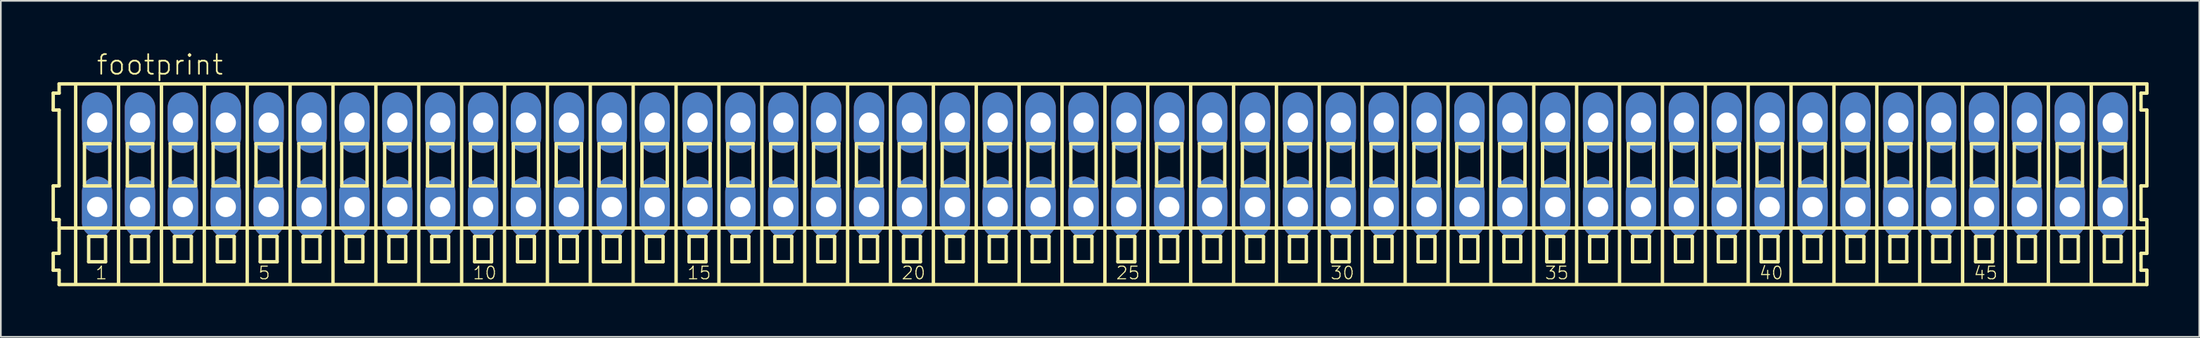
<source format=kicad_pcb>
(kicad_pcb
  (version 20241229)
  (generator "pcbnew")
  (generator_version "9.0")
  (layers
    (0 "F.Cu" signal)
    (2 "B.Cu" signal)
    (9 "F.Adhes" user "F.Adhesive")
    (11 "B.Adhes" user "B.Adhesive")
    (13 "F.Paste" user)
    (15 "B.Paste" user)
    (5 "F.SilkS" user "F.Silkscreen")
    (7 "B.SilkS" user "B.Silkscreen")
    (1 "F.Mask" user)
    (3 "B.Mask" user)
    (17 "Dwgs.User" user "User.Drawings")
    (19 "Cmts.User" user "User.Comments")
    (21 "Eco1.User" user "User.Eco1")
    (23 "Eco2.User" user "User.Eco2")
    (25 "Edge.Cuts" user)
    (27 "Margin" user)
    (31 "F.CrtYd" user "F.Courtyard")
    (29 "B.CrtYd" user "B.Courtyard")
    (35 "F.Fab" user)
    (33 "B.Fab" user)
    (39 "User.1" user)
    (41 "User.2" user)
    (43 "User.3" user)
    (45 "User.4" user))
  (footprint "footprint"
    (layer "F.Cu")
    (at 62.392 6.723)
    (property "Reference" "footprint" (at -59.79 -5.25 0) (layer "F.SilkS") (effects (font (size 1.168 1.168) (thickness 0.102)) (justify left bottom)))
    (fp_line (start -62.29 -4.25) (end -62.29 -3.25) (stroke (width 0.203) (type solid)) (layer "F.SilkS"))
    (fp_line (start -62.29 -3.25) (end -61.94 -3.25) (stroke (width 0.203) (type solid)) (layer "F.SilkS"))
    (fp_line (start -62.29 1.25) (end -62.29 3.25) (stroke (width 0.203) (type solid)) (layer "F.SilkS"))
    (fp_line (start -62.29 3.25) (end -61.94 3.25) (stroke (width 0.203) (type solid)) (layer "F.SilkS"))
    (fp_line (start -62.29 5.25) (end -62.29 6.25) (stroke (width 0.203) (type solid)) (layer "F.SilkS"))
    (fp_line (start -62.29 6.25) (end -61.94 6.25) (stroke (width 0.203) (type solid)) (layer "F.SilkS"))
    (fp_line (start -61.94 -4.8) (end -61.94 -4.25) (stroke (width 0.203) (type solid)) (layer "F.SilkS"))
    (fp_line (start -61.94 -4.25) (end -62.29 -4.25) (stroke (width 0.203) (type solid)) (layer "F.SilkS"))
    (fp_line (start -61.94 -3.25) (end -61.94 1.25) (stroke (width 0.203) (type solid)) (layer "F.SilkS"))
    (fp_line (start -61.94 1.25) (end -62.29 1.25) (stroke (width 0.203) (type solid)) (layer "F.SilkS"))
    (fp_line (start -61.94 3.25) (end -61.94 5.25) (stroke (width 0.203) (type solid)) (layer "F.SilkS"))
    (fp_line (start -61.94 3.75) (end 61.715 3.75) (stroke (width 0.203) (type solid)) (layer "F.SilkS"))
    (fp_line (start -61.94 5.25) (end -62.29 5.25) (stroke (width 0.203) (type solid)) (layer "F.SilkS"))
    (fp_line (start -61.94 6.25) (end -61.94 7.1) (stroke (width 0.203) (type solid)) (layer "F.SilkS"))
    (fp_line (start -61.94 7.1) (end 61.715 7.1) (stroke (width 0.203) (type solid)) (layer "F.SilkS"))
    (fp_line (start -60.96 6.985) (end -60.96 -4.699) (stroke (width 0.203) (type solid)) (layer "F.SilkS"))
    (fp_line (start -60.44 -1.25) (end -60.44 1.25) (stroke (width 0.203) (type solid)) (layer "F.SilkS"))
    (fp_line (start -60.44 1.25) (end -58.94 1.25) (stroke (width 0.203) (type solid)) (layer "F.SilkS"))
    (fp_line (start -60.19 4.25) (end -60.19 5.75) (stroke (width 0.203) (type solid)) (layer "F.SilkS"))
    (fp_line (start -60.19 5.75) (end -59.19 5.75) (stroke (width 0.203) (type solid)) (layer "F.SilkS"))
    (fp_line (start -59.19 4.25) (end -60.19 4.25) (stroke (width 0.203) (type solid)) (layer "F.SilkS"))
    (fp_line (start -59.19 5.75) (end -59.19 4.25) (stroke (width 0.203) (type solid)) (layer "F.SilkS"))
    (fp_line (start -58.94 -1.25) (end -60.44 -1.25) (stroke (width 0.203) (type solid)) (layer "F.SilkS"))
    (fp_line (start -58.94 1.25) (end -58.94 -1.25) (stroke (width 0.203) (type solid)) (layer "F.SilkS"))
    (fp_line (start -58.42 6.985) (end -58.42 -4.699) (stroke (width 0.203) (type solid)) (layer "F.SilkS"))
    (fp_line (start -57.9 -1.25) (end -57.9 1.25) (stroke (width 0.203) (type solid)) (layer "F.SilkS"))
    (fp_line (start -57.9 1.25) (end -56.4 1.25) (stroke (width 0.203) (type solid)) (layer "F.SilkS"))
    (fp_line (start -57.65 4.25) (end -57.65 5.75) (stroke (width 0.203) (type solid)) (layer "F.SilkS"))
    (fp_line (start -57.65 5.75) (end -56.65 5.75) (stroke (width 0.203) (type solid)) (layer "F.SilkS"))
    (fp_line (start -56.65 4.25) (end -57.65 4.25) (stroke (width 0.203) (type solid)) (layer "F.SilkS"))
    (fp_line (start -56.65 5.75) (end -56.65 4.25) (stroke (width 0.203) (type solid)) (layer "F.SilkS"))
    (fp_line (start -56.4 -1.25) (end -57.9 -1.25) (stroke (width 0.203) (type solid)) (layer "F.SilkS"))
    (fp_line (start -56.4 1.25) (end -56.4 -1.25) (stroke (width 0.203) (type solid)) (layer "F.SilkS"))
    (fp_line (start -55.88 6.985) (end -55.88 -4.699) (stroke (width 0.203) (type solid)) (layer "F.SilkS"))
    (fp_line (start -55.36 -1.25) (end -55.36 1.25) (stroke (width 0.203) (type solid)) (layer "F.SilkS"))
    (fp_line (start -55.36 1.25) (end -53.86 1.25) (stroke (width 0.203) (type solid)) (layer "F.SilkS"))
    (fp_line (start -55.11 4.25) (end -55.11 5.75) (stroke (width 0.203) (type solid)) (layer "F.SilkS"))
    (fp_line (start -55.11 5.75) (end -54.11 5.75) (stroke (width 0.203) (type solid)) (layer "F.SilkS"))
    (fp_line (start -54.11 4.25) (end -55.11 4.25) (stroke (width 0.203) (type solid)) (layer "F.SilkS"))
    (fp_line (start -54.11 5.75) (end -54.11 4.25) (stroke (width 0.203) (type solid)) (layer "F.SilkS"))
    (fp_line (start -53.86 -1.25) (end -55.36 -1.25) (stroke (width 0.203) (type solid)) (layer "F.SilkS"))
    (fp_line (start -53.86 1.25) (end -53.86 -1.25) (stroke (width 0.203) (type solid)) (layer "F.SilkS"))
    (fp_line (start -53.34 6.985) (end -53.34 -4.699) (stroke (width 0.203) (type solid)) (layer "F.SilkS"))
    (fp_line (start -52.82 -1.25) (end -52.82 1.25) (stroke (width 0.203) (type solid)) (layer "F.SilkS"))
    (fp_line (start -52.82 1.25) (end -51.32 1.25) (stroke (width 0.203) (type solid)) (layer "F.SilkS"))
    (fp_line (start -52.57 4.25) (end -52.57 5.75) (stroke (width 0.203) (type solid)) (layer "F.SilkS"))
    (fp_line (start -52.57 5.75) (end -51.57 5.75) (stroke (width 0.203) (type solid)) (layer "F.SilkS"))
    (fp_line (start -51.57 4.25) (end -52.57 4.25) (stroke (width 0.203) (type solid)) (layer "F.SilkS"))
    (fp_line (start -51.57 5.75) (end -51.57 4.25) (stroke (width 0.203) (type solid)) (layer "F.SilkS"))
    (fp_line (start -51.32 -1.25) (end -52.82 -1.25) (stroke (width 0.203) (type solid)) (layer "F.SilkS"))
    (fp_line (start -51.32 1.25) (end -51.32 -1.25) (stroke (width 0.203) (type solid)) (layer "F.SilkS"))
    (fp_line (start -50.8 6.985) (end -50.8 -4.699) (stroke (width 0.203) (type solid)) (layer "F.SilkS"))
    (fp_line (start -50.28 -1.25) (end -50.28 1.25) (stroke (width 0.203) (type solid)) (layer "F.SilkS"))
    (fp_line (start -50.28 1.25) (end -48.78 1.25) (stroke (width 0.203) (type solid)) (layer "F.SilkS"))
    (fp_line (start -50.03 4.25) (end -50.03 5.75) (stroke (width 0.203) (type solid)) (layer "F.SilkS"))
    (fp_line (start -50.03 5.75) (end -49.03 5.75) (stroke (width 0.203) (type solid)) (layer "F.SilkS"))
    (fp_line (start -49.03 4.25) (end -50.03 4.25) (stroke (width 0.203) (type solid)) (layer "F.SilkS"))
    (fp_line (start -49.03 5.75) (end -49.03 4.25) (stroke (width 0.203) (type solid)) (layer "F.SilkS"))
    (fp_line (start -48.78 -1.25) (end -50.28 -1.25) (stroke (width 0.203) (type solid)) (layer "F.SilkS"))
    (fp_line (start -48.78 1.25) (end -48.78 -1.25) (stroke (width 0.203) (type solid)) (layer "F.SilkS"))
    (fp_line (start -48.26 6.985) (end -48.26 -4.699) (stroke (width 0.203) (type solid)) (layer "F.SilkS"))
    (fp_line (start -47.74 -1.25) (end -47.74 1.25) (stroke (width 0.203) (type solid)) (layer "F.SilkS"))
    (fp_line (start -47.74 1.25) (end -46.24 1.25) (stroke (width 0.203) (type solid)) (layer "F.SilkS"))
    (fp_line (start -47.49 4.25) (end -47.49 5.75) (stroke (width 0.203) (type solid)) (layer "F.SilkS"))
    (fp_line (start -47.49 5.75) (end -46.49 5.75) (stroke (width 0.203) (type solid)) (layer "F.SilkS"))
    (fp_line (start -46.49 4.25) (end -47.49 4.25) (stroke (width 0.203) (type solid)) (layer "F.SilkS"))
    (fp_line (start -46.49 5.75) (end -46.49 4.25) (stroke (width 0.203) (type solid)) (layer "F.SilkS"))
    (fp_line (start -46.24 -1.25) (end -47.74 -1.25) (stroke (width 0.203) (type solid)) (layer "F.SilkS"))
    (fp_line (start -46.24 1.25) (end -46.24 -1.25) (stroke (width 0.203) (type solid)) (layer "F.SilkS"))
    (fp_line (start -45.72 6.985) (end -45.72 -4.699) (stroke (width 0.203) (type solid)) (layer "F.SilkS"))
    (fp_line (start -45.2 -1.25) (end -45.2 1.25) (stroke (width 0.203) (type solid)) (layer "F.SilkS"))
    (fp_line (start -45.2 1.25) (end -43.7 1.25) (stroke (width 0.203) (type solid)) (layer "F.SilkS"))
    (fp_line (start -44.95 4.25) (end -44.95 5.75) (stroke (width 0.203) (type solid)) (layer "F.SilkS"))
    (fp_line (start -44.95 5.75) (end -43.95 5.75) (stroke (width 0.203) (type solid)) (layer "F.SilkS"))
    (fp_line (start -43.95 4.25) (end -44.95 4.25) (stroke (width 0.203) (type solid)) (layer "F.SilkS"))
    (fp_line (start -43.95 5.75) (end -43.95 4.25) (stroke (width 0.203) (type solid)) (layer "F.SilkS"))
    (fp_line (start -43.7 -1.25) (end -45.2 -1.25) (stroke (width 0.203) (type solid)) (layer "F.SilkS"))
    (fp_line (start -43.7 1.25) (end -43.7 -1.25) (stroke (width 0.203) (type solid)) (layer "F.SilkS"))
    (fp_line (start -43.18 6.985) (end -43.18 -4.699) (stroke (width 0.203) (type solid)) (layer "F.SilkS"))
    (fp_line (start -42.66 -1.25) (end -42.66 1.25) (stroke (width 0.203) (type solid)) (layer "F.SilkS"))
    (fp_line (start -42.66 1.25) (end -41.16 1.25) (stroke (width 0.203) (type solid)) (layer "F.SilkS"))
    (fp_line (start -42.41 4.25) (end -42.41 5.75) (stroke (width 0.203) (type solid)) (layer "F.SilkS"))
    (fp_line (start -42.41 5.75) (end -41.41 5.75) (stroke (width 0.203) (type solid)) (layer "F.SilkS"))
    (fp_line (start -41.41 4.25) (end -42.41 4.25) (stroke (width 0.203) (type solid)) (layer "F.SilkS"))
    (fp_line (start -41.41 5.75) (end -41.41 4.25) (stroke (width 0.203) (type solid)) (layer "F.SilkS"))
    (fp_line (start -41.16 -1.25) (end -42.66 -1.25) (stroke (width 0.203) (type solid)) (layer "F.SilkS"))
    (fp_line (start -41.16 1.25) (end -41.16 -1.25) (stroke (width 0.203) (type solid)) (layer "F.SilkS"))
    (fp_line (start -40.64 6.985) (end -40.64 -4.699) (stroke (width 0.203) (type solid)) (layer "F.SilkS"))
    (fp_line (start -40.12 -1.25) (end -40.12 1.25) (stroke (width 0.203) (type solid)) (layer "F.SilkS"))
    (fp_line (start -40.12 1.25) (end -38.62 1.25) (stroke (width 0.203) (type solid)) (layer "F.SilkS"))
    (fp_line (start -39.87 4.25) (end -39.87 5.75) (stroke (width 0.203) (type solid)) (layer "F.SilkS"))
    (fp_line (start -39.87 5.75) (end -38.87 5.75) (stroke (width 0.203) (type solid)) (layer "F.SilkS"))
    (fp_line (start -38.87 4.25) (end -39.87 4.25) (stroke (width 0.203) (type solid)) (layer "F.SilkS"))
    (fp_line (start -38.87 5.75) (end -38.87 4.25) (stroke (width 0.203) (type solid)) (layer "F.SilkS"))
    (fp_line (start -38.62 -1.25) (end -40.12 -1.25) (stroke (width 0.203) (type solid)) (layer "F.SilkS"))
    (fp_line (start -38.62 1.25) (end -38.62 -1.25) (stroke (width 0.203) (type solid)) (layer "F.SilkS"))
    (fp_line (start -38.1 6.985) (end -38.1 -4.699) (stroke (width 0.203) (type solid)) (layer "F.SilkS"))
    (fp_line (start -37.58 -1.25) (end -37.58 1.25) (stroke (width 0.203) (type solid)) (layer "F.SilkS"))
    (fp_line (start -37.58 1.25) (end -36.08 1.25) (stroke (width 0.203) (type solid)) (layer "F.SilkS"))
    (fp_line (start -37.33 4.25) (end -37.33 5.75) (stroke (width 0.203) (type solid)) (layer "F.SilkS"))
    (fp_line (start -37.33 5.75) (end -36.33 5.75) (stroke (width 0.203) (type solid)) (layer "F.SilkS"))
    (fp_line (start -36.33 4.25) (end -37.33 4.25) (stroke (width 0.203) (type solid)) (layer "F.SilkS"))
    (fp_line (start -36.33 5.75) (end -36.33 4.25) (stroke (width 0.203) (type solid)) (layer "F.SilkS"))
    (fp_line (start -36.08 -1.25) (end -37.58 -1.25) (stroke (width 0.203) (type solid)) (layer "F.SilkS"))
    (fp_line (start -36.08 1.25) (end -36.08 -1.25) (stroke (width 0.203) (type solid)) (layer "F.SilkS"))
    (fp_line (start -35.56 6.985) (end -35.56 -4.699) (stroke (width 0.203) (type solid)) (layer "F.SilkS"))
    (fp_line (start -35.04 -1.25) (end -35.04 1.25) (stroke (width 0.203) (type solid)) (layer "F.SilkS"))
    (fp_line (start -35.04 1.25) (end -33.54 1.25) (stroke (width 0.203) (type solid)) (layer "F.SilkS"))
    (fp_line (start -34.79 4.25) (end -34.79 5.75) (stroke (width 0.203) (type solid)) (layer "F.SilkS"))
    (fp_line (start -34.79 5.75) (end -33.79 5.75) (stroke (width 0.203) (type solid)) (layer "F.SilkS"))
    (fp_line (start -33.79 4.25) (end -34.79 4.25) (stroke (width 0.203) (type solid)) (layer "F.SilkS"))
    (fp_line (start -33.79 5.75) (end -33.79 4.25) (stroke (width 0.203) (type solid)) (layer "F.SilkS"))
    (fp_line (start -33.54 -1.25) (end -35.04 -1.25) (stroke (width 0.203) (type solid)) (layer "F.SilkS"))
    (fp_line (start -33.54 1.25) (end -33.54 -1.25) (stroke (width 0.203) (type solid)) (layer "F.SilkS"))
    (fp_line (start -33.02 6.985) (end -33.02 -4.699) (stroke (width 0.203) (type solid)) (layer "F.SilkS"))
    (fp_line (start -32.5 -1.25) (end -32.5 1.25) (stroke (width 0.203) (type solid)) (layer "F.SilkS"))
    (fp_line (start -32.5 1.25) (end -31 1.25) (stroke (width 0.203) (type solid)) (layer "F.SilkS"))
    (fp_line (start -32.25 4.25) (end -32.25 5.75) (stroke (width 0.203) (type solid)) (layer "F.SilkS"))
    (fp_line (start -32.25 5.75) (end -31.25 5.75) (stroke (width 0.203) (type solid)) (layer "F.SilkS"))
    (fp_line (start -31.25 4.25) (end -32.25 4.25) (stroke (width 0.203) (type solid)) (layer "F.SilkS"))
    (fp_line (start -31.25 5.75) (end -31.25 4.25) (stroke (width 0.203) (type solid)) (layer "F.SilkS"))
    (fp_line (start -31 -1.25) (end -32.5 -1.25) (stroke (width 0.203) (type solid)) (layer "F.SilkS"))
    (fp_line (start -31 1.25) (end -31 -1.25) (stroke (width 0.203) (type solid)) (layer "F.SilkS"))
    (fp_line (start -30.48 6.985) (end -30.48 -4.699) (stroke (width 0.203) (type solid)) (layer "F.SilkS"))
    (fp_line (start -29.96 -1.25) (end -29.96 1.25) (stroke (width 0.203) (type solid)) (layer "F.SilkS"))
    (fp_line (start -29.96 1.25) (end -28.46 1.25) (stroke (width 0.203) (type solid)) (layer "F.SilkS"))
    (fp_line (start -29.71 4.25) (end -29.71 5.75) (stroke (width 0.203) (type solid)) (layer "F.SilkS"))
    (fp_line (start -29.71 5.75) (end -28.71 5.75) (stroke (width 0.203) (type solid)) (layer "F.SilkS"))
    (fp_line (start -28.71 4.25) (end -29.71 4.25) (stroke (width 0.203) (type solid)) (layer "F.SilkS"))
    (fp_line (start -28.71 5.75) (end -28.71 4.25) (stroke (width 0.203) (type solid)) (layer "F.SilkS"))
    (fp_line (start -28.46 -1.25) (end -29.96 -1.25) (stroke (width 0.203) (type solid)) (layer "F.SilkS"))
    (fp_line (start -28.46 1.25) (end -28.46 -1.25) (stroke (width 0.203) (type solid)) (layer "F.SilkS"))
    (fp_line (start -27.94 6.985) (end -27.94 -4.699) (stroke (width 0.203) (type solid)) (layer "F.SilkS"))
    (fp_line (start -27.42 -1.25) (end -27.42 1.25) (stroke (width 0.203) (type solid)) (layer "F.SilkS"))
    (fp_line (start -27.42 1.25) (end -25.92 1.25) (stroke (width 0.203) (type solid)) (layer "F.SilkS"))
    (fp_line (start -27.17 4.25) (end -27.17 5.75) (stroke (width 0.203) (type solid)) (layer "F.SilkS"))
    (fp_line (start -27.17 5.75) (end -26.17 5.75) (stroke (width 0.203) (type solid)) (layer "F.SilkS"))
    (fp_line (start -26.17 4.25) (end -27.17 4.25) (stroke (width 0.203) (type solid)) (layer "F.SilkS"))
    (fp_line (start -26.17 5.75) (end -26.17 4.25) (stroke (width 0.203) (type solid)) (layer "F.SilkS"))
    (fp_line (start -25.92 -1.25) (end -27.42 -1.25) (stroke (width 0.203) (type solid)) (layer "F.SilkS"))
    (fp_line (start -25.92 1.25) (end -25.92 -1.25) (stroke (width 0.203) (type solid)) (layer "F.SilkS"))
    (fp_line (start -25.4 6.985) (end -25.4 -4.699) (stroke (width 0.203) (type solid)) (layer "F.SilkS"))
    (fp_line (start -24.88 -1.25) (end -24.88 1.25) (stroke (width 0.203) (type solid)) (layer "F.SilkS"))
    (fp_line (start -24.88 1.25) (end -23.38 1.25) (stroke (width 0.203) (type solid)) (layer "F.SilkS"))
    (fp_line (start -24.63 4.25) (end -24.63 5.75) (stroke (width 0.203) (type solid)) (layer "F.SilkS"))
    (fp_line (start -24.63 5.75) (end -23.63 5.75) (stroke (width 0.203) (type solid)) (layer "F.SilkS"))
    (fp_line (start -23.63 4.25) (end -24.63 4.25) (stroke (width 0.203) (type solid)) (layer "F.SilkS"))
    (fp_line (start -23.63 5.75) (end -23.63 4.25) (stroke (width 0.203) (type solid)) (layer "F.SilkS"))
    (fp_line (start -23.38 -1.25) (end -24.88 -1.25) (stroke (width 0.203) (type solid)) (layer "F.SilkS"))
    (fp_line (start -23.38 1.25) (end -23.38 -1.25) (stroke (width 0.203) (type solid)) (layer "F.SilkS"))
    (fp_line (start -22.86 6.985) (end -22.86 -4.699) (stroke (width 0.203) (type solid)) (layer "F.SilkS"))
    (fp_line (start -22.34 -1.25) (end -22.34 1.25) (stroke (width 0.203) (type solid)) (layer "F.SilkS"))
    (fp_line (start -22.34 1.25) (end -20.84 1.25) (stroke (width 0.203) (type solid)) (layer "F.SilkS"))
    (fp_line (start -22.09 4.25) (end -22.09 5.75) (stroke (width 0.203) (type solid)) (layer "F.SilkS"))
    (fp_line (start -22.09 5.75) (end -21.09 5.75) (stroke (width 0.203) (type solid)) (layer "F.SilkS"))
    (fp_line (start -21.09 4.25) (end -22.09 4.25) (stroke (width 0.203) (type solid)) (layer "F.SilkS"))
    (fp_line (start -21.09 5.75) (end -21.09 4.25) (stroke (width 0.203) (type solid)) (layer "F.SilkS"))
    (fp_line (start -20.84 -1.25) (end -22.34 -1.25) (stroke (width 0.203) (type solid)) (layer "F.SilkS"))
    (fp_line (start -20.84 1.25) (end -20.84 -1.25) (stroke (width 0.203) (type solid)) (layer "F.SilkS"))
    (fp_line (start -20.32 6.985) (end -20.32 -4.699) (stroke (width 0.203) (type solid)) (layer "F.SilkS"))
    (fp_line (start -19.8 -1.25) (end -19.8 1.25) (stroke (width 0.203) (type solid)) (layer "F.SilkS"))
    (fp_line (start -19.8 1.25) (end -18.3 1.25) (stroke (width 0.203) (type solid)) (layer "F.SilkS"))
    (fp_line (start -19.55 4.25) (end -19.55 5.75) (stroke (width 0.203) (type solid)) (layer "F.SilkS"))
    (fp_line (start -19.55 5.75) (end -18.55 5.75) (stroke (width 0.203) (type solid)) (layer "F.SilkS"))
    (fp_line (start -18.55 4.25) (end -19.55 4.25) (stroke (width 0.203) (type solid)) (layer "F.SilkS"))
    (fp_line (start -18.55 5.75) (end -18.55 4.25) (stroke (width 0.203) (type solid)) (layer "F.SilkS"))
    (fp_line (start -18.3 -1.25) (end -19.8 -1.25) (stroke (width 0.203) (type solid)) (layer "F.SilkS"))
    (fp_line (start -18.3 1.25) (end -18.3 -1.25) (stroke (width 0.203) (type solid)) (layer "F.SilkS"))
    (fp_line (start -17.78 6.985) (end -17.78 -4.699) (stroke (width 0.203) (type solid)) (layer "F.SilkS"))
    (fp_line (start -17.26 -1.25) (end -17.26 1.25) (stroke (width 0.203) (type solid)) (layer "F.SilkS"))
    (fp_line (start -17.26 1.25) (end -15.76 1.25) (stroke (width 0.203) (type solid)) (layer "F.SilkS"))
    (fp_line (start -17.01 4.25) (end -17.01 5.75) (stroke (width 0.203) (type solid)) (layer "F.SilkS"))
    (fp_line (start -17.01 5.75) (end -16.01 5.75) (stroke (width 0.203) (type solid)) (layer "F.SilkS"))
    (fp_line (start -16.01 4.25) (end -17.01 4.25) (stroke (width 0.203) (type solid)) (layer "F.SilkS"))
    (fp_line (start -16.01 5.75) (end -16.01 4.25) (stroke (width 0.203) (type solid)) (layer "F.SilkS"))
    (fp_line (start -15.76 -1.25) (end -17.26 -1.25) (stroke (width 0.203) (type solid)) (layer "F.SilkS"))
    (fp_line (start -15.76 1.25) (end -15.76 -1.25) (stroke (width 0.203) (type solid)) (layer "F.SilkS"))
    (fp_line (start -15.24 6.985) (end -15.24 -4.699) (stroke (width 0.203) (type solid)) (layer "F.SilkS"))
    (fp_line (start -14.72 -1.25) (end -14.72 1.25) (stroke (width 0.203) (type solid)) (layer "F.SilkS"))
    (fp_line (start -14.72 1.25) (end -13.22 1.25) (stroke (width 0.203) (type solid)) (layer "F.SilkS"))
    (fp_line (start -14.47 4.25) (end -14.47 5.75) (stroke (width 0.203) (type solid)) (layer "F.SilkS"))
    (fp_line (start -14.47 5.75) (end -13.47 5.75) (stroke (width 0.203) (type solid)) (layer "F.SilkS"))
    (fp_line (start -13.47 4.25) (end -14.47 4.25) (stroke (width 0.203) (type solid)) (layer "F.SilkS"))
    (fp_line (start -13.47 5.75) (end -13.47 4.25) (stroke (width 0.203) (type solid)) (layer "F.SilkS"))
    (fp_line (start -13.22 -1.25) (end -14.72 -1.25) (stroke (width 0.203) (type solid)) (layer "F.SilkS"))
    (fp_line (start -13.22 1.25) (end -13.22 -1.25) (stroke (width 0.203) (type solid)) (layer "F.SilkS"))
    (fp_line (start -12.7 6.985) (end -12.7 -4.699) (stroke (width 0.203) (type solid)) (layer "F.SilkS"))
    (fp_line (start -12.18 -1.25) (end -12.18 1.25) (stroke (width 0.203) (type solid)) (layer "F.SilkS"))
    (fp_line (start -12.18 1.25) (end -10.68 1.25) (stroke (width 0.203) (type solid)) (layer "F.SilkS"))
    (fp_line (start -11.93 4.25) (end -11.93 5.75) (stroke (width 0.203) (type solid)) (layer "F.SilkS"))
    (fp_line (start -11.93 5.75) (end -10.93 5.75) (stroke (width 0.203) (type solid)) (layer "F.SilkS"))
    (fp_line (start -10.93 4.25) (end -11.93 4.25) (stroke (width 0.203) (type solid)) (layer "F.SilkS"))
    (fp_line (start -10.93 5.75) (end -10.93 4.25) (stroke (width 0.203) (type solid)) (layer "F.SilkS"))
    (fp_line (start -10.68 -1.25) (end -12.18 -1.25) (stroke (width 0.203) (type solid)) (layer "F.SilkS"))
    (fp_line (start -10.68 1.25) (end -10.68 -1.25) (stroke (width 0.203) (type solid)) (layer "F.SilkS"))
    (fp_line (start -10.16 6.985) (end -10.16 -4.699) (stroke (width 0.203) (type solid)) (layer "F.SilkS"))
    (fp_line (start -9.64 -1.25) (end -9.64 1.25) (stroke (width 0.203) (type solid)) (layer "F.SilkS"))
    (fp_line (start -9.64 1.25) (end -8.14 1.25) (stroke (width 0.203) (type solid)) (layer "F.SilkS"))
    (fp_line (start -9.39 4.25) (end -9.39 5.75) (stroke (width 0.203) (type solid)) (layer "F.SilkS"))
    (fp_line (start -9.39 5.75) (end -8.39 5.75) (stroke (width 0.203) (type solid)) (layer "F.SilkS"))
    (fp_line (start -8.39 4.25) (end -9.39 4.25) (stroke (width 0.203) (type solid)) (layer "F.SilkS"))
    (fp_line (start -8.39 5.75) (end -8.39 4.25) (stroke (width 0.203) (type solid)) (layer "F.SilkS"))
    (fp_line (start -8.14 -1.25) (end -9.64 -1.25) (stroke (width 0.203) (type solid)) (layer "F.SilkS"))
    (fp_line (start -8.14 1.25) (end -8.14 -1.25) (stroke (width 0.203) (type solid)) (layer "F.SilkS"))
    (fp_line (start -7.62 6.985) (end -7.62 -4.699) (stroke (width 0.203) (type solid)) (layer "F.SilkS"))
    (fp_line (start -7.1 -1.25) (end -7.1 1.25) (stroke (width 0.203) (type solid)) (layer "F.SilkS"))
    (fp_line (start -7.1 1.25) (end -5.6 1.25) (stroke (width 0.203) (type solid)) (layer "F.SilkS"))
    (fp_line (start -6.85 4.25) (end -6.85 5.75) (stroke (width 0.203) (type solid)) (layer "F.SilkS"))
    (fp_line (start -6.85 5.75) (end -5.85 5.75) (stroke (width 0.203) (type solid)) (layer "F.SilkS"))
    (fp_line (start -5.85 4.25) (end -6.85 4.25) (stroke (width 0.203) (type solid)) (layer "F.SilkS"))
    (fp_line (start -5.85 5.75) (end -5.85 4.25) (stroke (width 0.203) (type solid)) (layer "F.SilkS"))
    (fp_line (start -5.6 -1.25) (end -7.1 -1.25) (stroke (width 0.203) (type solid)) (layer "F.SilkS"))
    (fp_line (start -5.6 1.25) (end -5.6 -1.25) (stroke (width 0.203) (type solid)) (layer "F.SilkS"))
    (fp_line (start -5.08 6.985) (end -5.08 -4.699) (stroke (width 0.203) (type solid)) (layer "F.SilkS"))
    (fp_line (start -4.56 -1.25) (end -4.56 1.25) (stroke (width 0.203) (type solid)) (layer "F.SilkS"))
    (fp_line (start -4.56 1.25) (end -3.06 1.25) (stroke (width 0.203) (type solid)) (layer "F.SilkS"))
    (fp_line (start -4.31 4.25) (end -4.31 5.75) (stroke (width 0.203) (type solid)) (layer "F.SilkS"))
    (fp_line (start -4.31 5.75) (end -3.31 5.75) (stroke (width 0.203) (type solid)) (layer "F.SilkS"))
    (fp_line (start -3.31 4.25) (end -4.31 4.25) (stroke (width 0.203) (type solid)) (layer "F.SilkS"))
    (fp_line (start -3.31 5.75) (end -3.31 4.25) (stroke (width 0.203) (type solid)) (layer "F.SilkS"))
    (fp_line (start -3.06 -1.25) (end -4.56 -1.25) (stroke (width 0.203) (type solid)) (layer "F.SilkS"))
    (fp_line (start -3.06 1.25) (end -3.06 -1.25) (stroke (width 0.203) (type solid)) (layer "F.SilkS"))
    (fp_line (start -2.54 6.985) (end -2.54 -4.699) (stroke (width 0.203) (type solid)) (layer "F.SilkS"))
    (fp_line (start -2.02 -1.25) (end -2.02 1.25) (stroke (width 0.203) (type solid)) (layer "F.SilkS"))
    (fp_line (start -2.02 1.25) (end -0.52 1.25) (stroke (width 0.203) (type solid)) (layer "F.SilkS"))
    (fp_line (start -1.77 4.25) (end -1.77 5.75) (stroke (width 0.203) (type solid)) (layer "F.SilkS"))
    (fp_line (start -1.77 5.75) (end -0.77 5.75) (stroke (width 0.203) (type solid)) (layer "F.SilkS"))
    (fp_line (start -0.77 4.25) (end -1.77 4.25) (stroke (width 0.203) (type solid)) (layer "F.SilkS"))
    (fp_line (start -0.77 5.75) (end -0.77 4.25) (stroke (width 0.203) (type solid)) (layer "F.SilkS"))
    (fp_line (start -0.52 -1.25) (end -2.02 -1.25) (stroke (width 0.203) (type solid)) (layer "F.SilkS"))
    (fp_line (start -0.52 1.25) (end -0.52 -1.25) (stroke (width 0.203) (type solid)) (layer "F.SilkS"))
    (fp_line (start 0 6.985) (end 0 -4.699) (stroke (width 0.203) (type solid)) (layer "F.SilkS"))
    (fp_line (start 0.52 -1.25) (end 0.52 1.25) (stroke (width 0.203) (type solid)) (layer "F.SilkS"))
    (fp_line (start 0.52 1.25) (end 2.02 1.25) (stroke (width 0.203) (type solid)) (layer "F.SilkS"))
    (fp_line (start 0.77 4.25) (end 0.77 5.75) (stroke (width 0.203) (type solid)) (layer "F.SilkS"))
    (fp_line (start 0.77 5.75) (end 1.77 5.75) (stroke (width 0.203) (type solid)) (layer "F.SilkS"))
    (fp_line (start 1.77 4.25) (end 0.77 4.25) (stroke (width 0.203) (type solid)) (layer "F.SilkS"))
    (fp_line (start 1.77 5.75) (end 1.77 4.25) (stroke (width 0.203) (type solid)) (layer "F.SilkS"))
    (fp_line (start 2.02 -1.25) (end 0.52 -1.25) (stroke (width 0.203) (type solid)) (layer "F.SilkS"))
    (fp_line (start 2.02 1.25) (end 2.02 -1.25) (stroke (width 0.203) (type solid)) (layer "F.SilkS"))
    (fp_line (start 2.54 6.985) (end 2.54 -4.699) (stroke (width 0.203) (type solid)) (layer "F.SilkS"))
    (fp_line (start 3.06 -1.25) (end 3.06 1.25) (stroke (width 0.203) (type solid)) (layer "F.SilkS"))
    (fp_line (start 3.06 1.25) (end 4.56 1.25) (stroke (width 0.203) (type solid)) (layer "F.SilkS"))
    (fp_line (start 3.31 4.25) (end 3.31 5.75) (stroke (width 0.203) (type solid)) (layer "F.SilkS"))
    (fp_line (start 3.31 5.75) (end 4.31 5.75) (stroke (width 0.203) (type solid)) (layer "F.SilkS"))
    (fp_line (start 4.31 4.25) (end 3.31 4.25) (stroke (width 0.203) (type solid)) (layer "F.SilkS"))
    (fp_line (start 4.31 5.75) (end 4.31 4.25) (stroke (width 0.203) (type solid)) (layer "F.SilkS"))
    (fp_line (start 4.56 -1.25) (end 3.06 -1.25) (stroke (width 0.203) (type solid)) (layer "F.SilkS"))
    (fp_line (start 4.56 1.25) (end 4.56 -1.25) (stroke (width 0.203) (type solid)) (layer "F.SilkS"))
    (fp_line (start 5.08 6.985) (end 5.08 -4.699) (stroke (width 0.203) (type solid)) (layer "F.SilkS"))
    (fp_line (start 5.6 -1.25) (end 5.6 1.25) (stroke (width 0.203) (type solid)) (layer "F.SilkS"))
    (fp_line (start 5.6 1.25) (end 7.1 1.25) (stroke (width 0.203) (type solid)) (layer "F.SilkS"))
    (fp_line (start 5.85 4.25) (end 5.85 5.75) (stroke (width 0.203) (type solid)) (layer "F.SilkS"))
    (fp_line (start 5.85 5.75) (end 6.85 5.75) (stroke (width 0.203) (type solid)) (layer "F.SilkS"))
    (fp_line (start 6.85 4.25) (end 5.85 4.25) (stroke (width 0.203) (type solid)) (layer "F.SilkS"))
    (fp_line (start 6.85 5.75) (end 6.85 4.25) (stroke (width 0.203) (type solid)) (layer "F.SilkS"))
    (fp_line (start 7.1 -1.25) (end 5.6 -1.25) (stroke (width 0.203) (type solid)) (layer "F.SilkS"))
    (fp_line (start 7.1 1.25) (end 7.1 -1.25) (stroke (width 0.203) (type solid)) (layer "F.SilkS"))
    (fp_line (start 7.62 6.985) (end 7.62 -4.699) (stroke (width 0.203) (type solid)) (layer "F.SilkS"))
    (fp_line (start 8.14 -1.25) (end 8.14 1.25) (stroke (width 0.203) (type solid)) (layer "F.SilkS"))
    (fp_line (start 8.14 1.25) (end 9.64 1.25) (stroke (width 0.203) (type solid)) (layer "F.SilkS"))
    (fp_line (start 8.39 4.25) (end 8.39 5.75) (stroke (width 0.203) (type solid)) (layer "F.SilkS"))
    (fp_line (start 8.39 5.75) (end 9.39 5.75) (stroke (width 0.203) (type solid)) (layer "F.SilkS"))
    (fp_line (start 9.39 4.25) (end 8.39 4.25) (stroke (width 0.203) (type solid)) (layer "F.SilkS"))
    (fp_line (start 9.39 5.75) (end 9.39 4.25) (stroke (width 0.203) (type solid)) (layer "F.SilkS"))
    (fp_line (start 9.64 -1.25) (end 8.14 -1.25) (stroke (width 0.203) (type solid)) (layer "F.SilkS"))
    (fp_line (start 9.64 1.25) (end 9.64 -1.25) (stroke (width 0.203) (type solid)) (layer "F.SilkS"))
    (fp_line (start 10.16 6.985) (end 10.16 -4.699) (stroke (width 0.203) (type solid)) (layer "F.SilkS"))
    (fp_line (start 10.68 -1.25) (end 10.68 1.25) (stroke (width 0.203) (type solid)) (layer "F.SilkS"))
    (fp_line (start 10.68 1.25) (end 12.18 1.25) (stroke (width 0.203) (type solid)) (layer "F.SilkS"))
    (fp_line (start 10.93 4.25) (end 10.93 5.75) (stroke (width 0.203) (type solid)) (layer "F.SilkS"))
    (fp_line (start 10.93 5.75) (end 11.93 5.75) (stroke (width 0.203) (type solid)) (layer "F.SilkS"))
    (fp_line (start 11.93 4.25) (end 10.93 4.25) (stroke (width 0.203) (type solid)) (layer "F.SilkS"))
    (fp_line (start 11.93 5.75) (end 11.93 4.25) (stroke (width 0.203) (type solid)) (layer "F.SilkS"))
    (fp_line (start 12.18 -1.25) (end 10.68 -1.25) (stroke (width 0.203) (type solid)) (layer "F.SilkS"))
    (fp_line (start 12.18 1.25) (end 12.18 -1.25) (stroke (width 0.203) (type solid)) (layer "F.SilkS"))
    (fp_line (start 12.7 6.985) (end 12.7 -4.699) (stroke (width 0.203) (type solid)) (layer "F.SilkS"))
    (fp_line (start 13.22 -1.25) (end 13.22 1.25) (stroke (width 0.203) (type solid)) (layer "F.SilkS"))
    (fp_line (start 13.22 1.25) (end 14.72 1.25) (stroke (width 0.203) (type solid)) (layer "F.SilkS"))
    (fp_line (start 13.47 4.25) (end 13.47 5.75) (stroke (width 0.203) (type solid)) (layer "F.SilkS"))
    (fp_line (start 13.47 5.75) (end 14.47 5.75) (stroke (width 0.203) (type solid)) (layer "F.SilkS"))
    (fp_line (start 14.47 4.25) (end 13.47 4.25) (stroke (width 0.203) (type solid)) (layer "F.SilkS"))
    (fp_line (start 14.47 5.75) (end 14.47 4.25) (stroke (width 0.203) (type solid)) (layer "F.SilkS"))
    (fp_line (start 14.72 -1.25) (end 13.22 -1.25) (stroke (width 0.203) (type solid)) (layer "F.SilkS"))
    (fp_line (start 14.72 1.25) (end 14.72 -1.25) (stroke (width 0.203) (type solid)) (layer "F.SilkS"))
    (fp_line (start 15.24 6.985) (end 15.24 -4.699) (stroke (width 0.203) (type solid)) (layer "F.SilkS"))
    (fp_line (start 15.76 -1.25) (end 15.76 1.25) (stroke (width 0.203) (type solid)) (layer "F.SilkS"))
    (fp_line (start 15.76 1.25) (end 17.26 1.25) (stroke (width 0.203) (type solid)) (layer "F.SilkS"))
    (fp_line (start 16.01 4.25) (end 16.01 5.75) (stroke (width 0.203) (type solid)) (layer "F.SilkS"))
    (fp_line (start 16.01 5.75) (end 17.01 5.75) (stroke (width 0.203) (type solid)) (layer "F.SilkS"))
    (fp_line (start 17.01 4.25) (end 16.01 4.25) (stroke (width 0.203) (type solid)) (layer "F.SilkS"))
    (fp_line (start 17.01 5.75) (end 17.01 4.25) (stroke (width 0.203) (type solid)) (layer "F.SilkS"))
    (fp_line (start 17.26 -1.25) (end 15.76 -1.25) (stroke (width 0.203) (type solid)) (layer "F.SilkS"))
    (fp_line (start 17.26 1.25) (end 17.26 -1.25) (stroke (width 0.203) (type solid)) (layer "F.SilkS"))
    (fp_line (start 17.78 6.985) (end 17.78 -4.699) (stroke (width 0.203) (type solid)) (layer "F.SilkS"))
    (fp_line (start 18.3 -1.25) (end 18.3 1.25) (stroke (width 0.203) (type solid)) (layer "F.SilkS"))
    (fp_line (start 18.3 1.25) (end 19.8 1.25) (stroke (width 0.203) (type solid)) (layer "F.SilkS"))
    (fp_line (start 18.55 4.25) (end 18.55 5.75) (stroke (width 0.203) (type solid)) (layer "F.SilkS"))
    (fp_line (start 18.55 5.75) (end 19.55 5.75) (stroke (width 0.203) (type solid)) (layer "F.SilkS"))
    (fp_line (start 19.55 4.25) (end 18.55 4.25) (stroke (width 0.203) (type solid)) (layer "F.SilkS"))
    (fp_line (start 19.55 5.75) (end 19.55 4.25) (stroke (width 0.203) (type solid)) (layer "F.SilkS"))
    (fp_line (start 19.8 -1.25) (end 18.3 -1.25) (stroke (width 0.203) (type solid)) (layer "F.SilkS"))
    (fp_line (start 19.8 1.25) (end 19.8 -1.25) (stroke (width 0.203) (type solid)) (layer "F.SilkS"))
    (fp_line (start 20.32 6.985) (end 20.32 -4.699) (stroke (width 0.203) (type solid)) (layer "F.SilkS"))
    (fp_line (start 20.84 -1.25) (end 20.84 1.25) (stroke (width 0.203) (type solid)) (layer "F.SilkS"))
    (fp_line (start 20.84 1.25) (end 22.34 1.25) (stroke (width 0.203) (type solid)) (layer "F.SilkS"))
    (fp_line (start 21.09 4.25) (end 21.09 5.75) (stroke (width 0.203) (type solid)) (layer "F.SilkS"))
    (fp_line (start 21.09 5.75) (end 22.09 5.75) (stroke (width 0.203) (type solid)) (layer "F.SilkS"))
    (fp_line (start 22.09 4.25) (end 21.09 4.25) (stroke (width 0.203) (type solid)) (layer "F.SilkS"))
    (fp_line (start 22.09 5.75) (end 22.09 4.25) (stroke (width 0.203) (type solid)) (layer "F.SilkS"))
    (fp_line (start 22.34 -1.25) (end 20.84 -1.25) (stroke (width 0.203) (type solid)) (layer "F.SilkS"))
    (fp_line (start 22.34 1.25) (end 22.34 -1.25) (stroke (width 0.203) (type solid)) (layer "F.SilkS"))
    (fp_line (start 22.86 6.985) (end 22.86 -4.699) (stroke (width 0.203) (type solid)) (layer "F.SilkS"))
    (fp_line (start 23.38 -1.25) (end 23.38 1.25) (stroke (width 0.203) (type solid)) (layer "F.SilkS"))
    (fp_line (start 23.38 1.25) (end 24.88 1.25) (stroke (width 0.203) (type solid)) (layer "F.SilkS"))
    (fp_line (start 23.63 4.25) (end 23.63 5.75) (stroke (width 0.203) (type solid)) (layer "F.SilkS"))
    (fp_line (start 23.63 5.75) (end 24.63 5.75) (stroke (width 0.203) (type solid)) (layer "F.SilkS"))
    (fp_line (start 24.63 4.25) (end 23.63 4.25) (stroke (width 0.203) (type solid)) (layer "F.SilkS"))
    (fp_line (start 24.63 5.75) (end 24.63 4.25) (stroke (width 0.203) (type solid)) (layer "F.SilkS"))
    (fp_line (start 24.88 -1.25) (end 23.38 -1.25) (stroke (width 0.203) (type solid)) (layer "F.SilkS"))
    (fp_line (start 24.88 1.25) (end 24.88 -1.25) (stroke (width 0.203) (type solid)) (layer "F.SilkS"))
    (fp_line (start 25.4 6.985) (end 25.4 -4.699) (stroke (width 0.203) (type solid)) (layer "F.SilkS"))
    (fp_line (start 25.92 -1.25) (end 25.92 1.25) (stroke (width 0.203) (type solid)) (layer "F.SilkS"))
    (fp_line (start 25.92 1.25) (end 27.42 1.25) (stroke (width 0.203) (type solid)) (layer "F.SilkS"))
    (fp_line (start 26.17 4.25) (end 26.17 5.75) (stroke (width 0.203) (type solid)) (layer "F.SilkS"))
    (fp_line (start 26.17 5.75) (end 27.17 5.75) (stroke (width 0.203) (type solid)) (layer "F.SilkS"))
    (fp_line (start 27.17 4.25) (end 26.17 4.25) (stroke (width 0.203) (type solid)) (layer "F.SilkS"))
    (fp_line (start 27.17 5.75) (end 27.17 4.25) (stroke (width 0.203) (type solid)) (layer "F.SilkS"))
    (fp_line (start 27.42 -1.25) (end 25.92 -1.25) (stroke (width 0.203) (type solid)) (layer "F.SilkS"))
    (fp_line (start 27.42 1.25) (end 27.42 -1.25) (stroke (width 0.203) (type solid)) (layer "F.SilkS"))
    (fp_line (start 27.94 6.985) (end 27.94 -4.699) (stroke (width 0.203) (type solid)) (layer "F.SilkS"))
    (fp_line (start 28.46 -1.25) (end 28.46 1.25) (stroke (width 0.203) (type solid)) (layer "F.SilkS"))
    (fp_line (start 28.46 1.25) (end 29.96 1.25) (stroke (width 0.203) (type solid)) (layer "F.SilkS"))
    (fp_line (start 28.71 4.25) (end 28.71 5.75) (stroke (width 0.203) (type solid)) (layer "F.SilkS"))
    (fp_line (start 28.71 5.75) (end 29.71 5.75) (stroke (width 0.203) (type solid)) (layer "F.SilkS"))
    (fp_line (start 29.71 4.25) (end 28.71 4.25) (stroke (width 0.203) (type solid)) (layer "F.SilkS"))
    (fp_line (start 29.71 5.75) (end 29.71 4.25) (stroke (width 0.203) (type solid)) (layer "F.SilkS"))
    (fp_line (start 29.96 -1.25) (end 28.46 -1.25) (stroke (width 0.203) (type solid)) (layer "F.SilkS"))
    (fp_line (start 29.96 1.25) (end 29.96 -1.25) (stroke (width 0.203) (type solid)) (layer "F.SilkS"))
    (fp_line (start 30.48 6.985) (end 30.48 -4.699) (stroke (width 0.203) (type solid)) (layer "F.SilkS"))
    (fp_line (start 31 -1.25) (end 31 1.25) (stroke (width 0.203) (type solid)) (layer "F.SilkS"))
    (fp_line (start 31 1.25) (end 32.5 1.25) (stroke (width 0.203) (type solid)) (layer "F.SilkS"))
    (fp_line (start 31.25 4.25) (end 31.25 5.75) (stroke (width 0.203) (type solid)) (layer "F.SilkS"))
    (fp_line (start 31.25 5.75) (end 32.25 5.75) (stroke (width 0.203) (type solid)) (layer "F.SilkS"))
    (fp_line (start 32.25 4.25) (end 31.25 4.25) (stroke (width 0.203) (type solid)) (layer "F.SilkS"))
    (fp_line (start 32.25 5.75) (end 32.25 4.25) (stroke (width 0.203) (type solid)) (layer "F.SilkS"))
    (fp_line (start 32.5 -1.25) (end 31 -1.25) (stroke (width 0.203) (type solid)) (layer "F.SilkS"))
    (fp_line (start 32.5 1.25) (end 32.5 -1.25) (stroke (width 0.203) (type solid)) (layer "F.SilkS"))
    (fp_line (start 33.02 6.985) (end 33.02 -4.699) (stroke (width 0.203) (type solid)) (layer "F.SilkS"))
    (fp_line (start 33.54 -1.25) (end 33.54 1.25) (stroke (width 0.203) (type solid)) (layer "F.SilkS"))
    (fp_line (start 33.54 1.25) (end 35.04 1.25) (stroke (width 0.203) (type solid)) (layer "F.SilkS"))
    (fp_line (start 33.79 4.25) (end 33.79 5.75) (stroke (width 0.203) (type solid)) (layer "F.SilkS"))
    (fp_line (start 33.79 5.75) (end 34.79 5.75) (stroke (width 0.203) (type solid)) (layer "F.SilkS"))
    (fp_line (start 34.79 4.25) (end 33.79 4.25) (stroke (width 0.203) (type solid)) (layer "F.SilkS"))
    (fp_line (start 34.79 5.75) (end 34.79 4.25) (stroke (width 0.203) (type solid)) (layer "F.SilkS"))
    (fp_line (start 35.04 -1.25) (end 33.54 -1.25) (stroke (width 0.203) (type solid)) (layer "F.SilkS"))
    (fp_line (start 35.04 1.25) (end 35.04 -1.25) (stroke (width 0.203) (type solid)) (layer "F.SilkS"))
    (fp_line (start 35.56 6.985) (end 35.56 -4.699) (stroke (width 0.203) (type solid)) (layer "F.SilkS"))
    (fp_line (start 36.08 -1.25) (end 36.08 1.25) (stroke (width 0.203) (type solid)) (layer "F.SilkS"))
    (fp_line (start 36.08 1.25) (end 37.58 1.25) (stroke (width 0.203) (type solid)) (layer "F.SilkS"))
    (fp_line (start 36.33 4.25) (end 36.33 5.75) (stroke (width 0.203) (type solid)) (layer "F.SilkS"))
    (fp_line (start 36.33 5.75) (end 37.33 5.75) (stroke (width 0.203) (type solid)) (layer "F.SilkS"))
    (fp_line (start 37.33 4.25) (end 36.33 4.25) (stroke (width 0.203) (type solid)) (layer "F.SilkS"))
    (fp_line (start 37.33 5.75) (end 37.33 4.25) (stroke (width 0.203) (type solid)) (layer "F.SilkS"))
    (fp_line (start 37.58 -1.25) (end 36.08 -1.25) (stroke (width 0.203) (type solid)) (layer "F.SilkS"))
    (fp_line (start 37.58 1.25) (end 37.58 -1.25) (stroke (width 0.203) (type solid)) (layer "F.SilkS"))
    (fp_line (start 38.1 6.985) (end 38.1 -4.699) (stroke (width 0.203) (type solid)) (layer "F.SilkS"))
    (fp_line (start 38.62 -1.25) (end 38.62 1.25) (stroke (width 0.203) (type solid)) (layer "F.SilkS"))
    (fp_line (start 38.62 1.25) (end 40.12 1.25) (stroke (width 0.203) (type solid)) (layer "F.SilkS"))
    (fp_line (start 38.87 4.25) (end 38.87 5.75) (stroke (width 0.203) (type solid)) (layer "F.SilkS"))
    (fp_line (start 38.87 5.75) (end 39.87 5.75) (stroke (width 0.203) (type solid)) (layer "F.SilkS"))
    (fp_line (start 39.87 4.25) (end 38.87 4.25) (stroke (width 0.203) (type solid)) (layer "F.SilkS"))
    (fp_line (start 39.87 5.75) (end 39.87 4.25) (stroke (width 0.203) (type solid)) (layer "F.SilkS"))
    (fp_line (start 40.12 -1.25) (end 38.62 -1.25) (stroke (width 0.203) (type solid)) (layer "F.SilkS"))
    (fp_line (start 40.12 1.25) (end 40.12 -1.25) (stroke (width 0.203) (type solid)) (layer "F.SilkS"))
    (fp_line (start 40.64 6.985) (end 40.64 -4.699) (stroke (width 0.203) (type solid)) (layer "F.SilkS"))
    (fp_line (start 41.16 -1.25) (end 41.16 1.25) (stroke (width 0.203) (type solid)) (layer "F.SilkS"))
    (fp_line (start 41.16 1.25) (end 42.66 1.25) (stroke (width 0.203) (type solid)) (layer "F.SilkS"))
    (fp_line (start 41.41 4.25) (end 41.41 5.75) (stroke (width 0.203) (type solid)) (layer "F.SilkS"))
    (fp_line (start 41.41 5.75) (end 42.41 5.75) (stroke (width 0.203) (type solid)) (layer "F.SilkS"))
    (fp_line (start 42.41 4.25) (end 41.41 4.25) (stroke (width 0.203) (type solid)) (layer "F.SilkS"))
    (fp_line (start 42.41 5.75) (end 42.41 4.25) (stroke (width 0.203) (type solid)) (layer "F.SilkS"))
    (fp_line (start 42.66 -1.25) (end 41.16 -1.25) (stroke (width 0.203) (type solid)) (layer "F.SilkS"))
    (fp_line (start 42.66 1.25) (end 42.66 -1.25) (stroke (width 0.203) (type solid)) (layer "F.SilkS"))
    (fp_line (start 43.18 6.985) (end 43.18 -4.699) (stroke (width 0.203) (type solid)) (layer "F.SilkS"))
    (fp_line (start 43.7 -1.25) (end 43.7 1.25) (stroke (width 0.203) (type solid)) (layer "F.SilkS"))
    (fp_line (start 43.7 1.25) (end 45.2 1.25) (stroke (width 0.203) (type solid)) (layer "F.SilkS"))
    (fp_line (start 43.95 4.25) (end 43.95 5.75) (stroke (width 0.203) (type solid)) (layer "F.SilkS"))
    (fp_line (start 43.95 5.75) (end 44.95 5.75) (stroke (width 0.203) (type solid)) (layer "F.SilkS"))
    (fp_line (start 44.95 4.25) (end 43.95 4.25) (stroke (width 0.203) (type solid)) (layer "F.SilkS"))
    (fp_line (start 44.95 5.75) (end 44.95 4.25) (stroke (width 0.203) (type solid)) (layer "F.SilkS"))
    (fp_line (start 45.2 -1.25) (end 43.7 -1.25) (stroke (width 0.203) (type solid)) (layer "F.SilkS"))
    (fp_line (start 45.2 1.25) (end 45.2 -1.25) (stroke (width 0.203) (type solid)) (layer "F.SilkS"))
    (fp_line (start 45.72 6.985) (end 45.72 -4.699) (stroke (width 0.203) (type solid)) (layer "F.SilkS"))
    (fp_line (start 46.24 -1.25) (end 46.24 1.25) (stroke (width 0.203) (type solid)) (layer "F.SilkS"))
    (fp_line (start 46.24 1.25) (end 47.74 1.25) (stroke (width 0.203) (type solid)) (layer "F.SilkS"))
    (fp_line (start 46.49 4.25) (end 46.49 5.75) (stroke (width 0.203) (type solid)) (layer "F.SilkS"))
    (fp_line (start 46.49 5.75) (end 47.49 5.75) (stroke (width 0.203) (type solid)) (layer "F.SilkS"))
    (fp_line (start 47.49 4.25) (end 46.49 4.25) (stroke (width 0.203) (type solid)) (layer "F.SilkS"))
    (fp_line (start 47.49 5.75) (end 47.49 4.25) (stroke (width 0.203) (type solid)) (layer "F.SilkS"))
    (fp_line (start 47.74 -1.25) (end 46.24 -1.25) (stroke (width 0.203) (type solid)) (layer "F.SilkS"))
    (fp_line (start 47.74 1.25) (end 47.74 -1.25) (stroke (width 0.203) (type solid)) (layer "F.SilkS"))
    (fp_line (start 48.26 6.985) (end 48.26 -4.699) (stroke (width 0.203) (type solid)) (layer "F.SilkS"))
    (fp_line (start 48.78 -1.25) (end 48.78 1.25) (stroke (width 0.203) (type solid)) (layer "F.SilkS"))
    (fp_line (start 48.78 1.25) (end 50.28 1.25) (stroke (width 0.203) (type solid)) (layer "F.SilkS"))
    (fp_line (start 49.03 4.25) (end 49.03 5.75) (stroke (width 0.203) (type solid)) (layer "F.SilkS"))
    (fp_line (start 49.03 5.75) (end 50.03 5.75) (stroke (width 0.203) (type solid)) (layer "F.SilkS"))
    (fp_line (start 50.03 4.25) (end 49.03 4.25) (stroke (width 0.203) (type solid)) (layer "F.SilkS"))
    (fp_line (start 50.03 5.75) (end 50.03 4.25) (stroke (width 0.203) (type solid)) (layer "F.SilkS"))
    (fp_line (start 50.28 -1.25) (end 48.78 -1.25) (stroke (width 0.203) (type solid)) (layer "F.SilkS"))
    (fp_line (start 50.28 1.25) (end 50.28 -1.25) (stroke (width 0.203) (type solid)) (layer "F.SilkS"))
    (fp_line (start 50.8 6.985) (end 50.8 -4.699) (stroke (width 0.203) (type solid)) (layer "F.SilkS"))
    (fp_line (start 51.32 -1.25) (end 51.32 1.25) (stroke (width 0.203) (type solid)) (layer "F.SilkS"))
    (fp_line (start 51.32 1.25) (end 52.82 1.25) (stroke (width 0.203) (type solid)) (layer "F.SilkS"))
    (fp_line (start 51.57 4.25) (end 51.57 5.75) (stroke (width 0.203) (type solid)) (layer "F.SilkS"))
    (fp_line (start 51.57 5.75) (end 52.57 5.75) (stroke (width 0.203) (type solid)) (layer "F.SilkS"))
    (fp_line (start 52.57 4.25) (end 51.57 4.25) (stroke (width 0.203) (type solid)) (layer "F.SilkS"))
    (fp_line (start 52.57 5.75) (end 52.57 4.25) (stroke (width 0.203) (type solid)) (layer "F.SilkS"))
    (fp_line (start 52.82 -1.25) (end 51.32 -1.25) (stroke (width 0.203) (type solid)) (layer "F.SilkS"))
    (fp_line (start 52.82 1.25) (end 52.82 -1.25) (stroke (width 0.203) (type solid)) (layer "F.SilkS"))
    (fp_line (start 53.34 6.985) (end 53.34 -4.699) (stroke (width 0.203) (type solid)) (layer "F.SilkS"))
    (fp_line (start 53.86 -1.25) (end 53.86 1.25) (stroke (width 0.203) (type solid)) (layer "F.SilkS"))
    (fp_line (start 53.86 1.25) (end 55.36 1.25) (stroke (width 0.203) (type solid)) (layer "F.SilkS"))
    (fp_line (start 54.11 4.25) (end 54.11 5.75) (stroke (width 0.203) (type solid)) (layer "F.SilkS"))
    (fp_line (start 54.11 5.75) (end 55.11 5.75) (stroke (width 0.203) (type solid)) (layer "F.SilkS"))
    (fp_line (start 55.11 4.25) (end 54.11 4.25) (stroke (width 0.203) (type solid)) (layer "F.SilkS"))
    (fp_line (start 55.11 5.75) (end 55.11 4.25) (stroke (width 0.203) (type solid)) (layer "F.SilkS"))
    (fp_line (start 55.36 -1.25) (end 53.86 -1.25) (stroke (width 0.203) (type solid)) (layer "F.SilkS"))
    (fp_line (start 55.36 1.25) (end 55.36 -1.25) (stroke (width 0.203) (type solid)) (layer "F.SilkS"))
    (fp_line (start 55.88 6.985) (end 55.88 -4.699) (stroke (width 0.203) (type solid)) (layer "F.SilkS"))
    (fp_line (start 56.4 -1.25) (end 56.4 1.25) (stroke (width 0.203) (type solid)) (layer "F.SilkS"))
    (fp_line (start 56.4 1.25) (end 57.9 1.25) (stroke (width 0.203) (type solid)) (layer "F.SilkS"))
    (fp_line (start 56.65 4.25) (end 56.65 5.75) (stroke (width 0.203) (type solid)) (layer "F.SilkS"))
    (fp_line (start 56.65 5.75) (end 57.65 5.75) (stroke (width 0.203) (type solid)) (layer "F.SilkS"))
    (fp_line (start 57.65 4.25) (end 56.65 4.25) (stroke (width 0.203) (type solid)) (layer "F.SilkS"))
    (fp_line (start 57.65 5.75) (end 57.65 4.25) (stroke (width 0.203) (type solid)) (layer "F.SilkS"))
    (fp_line (start 57.9 -1.25) (end 56.4 -1.25) (stroke (width 0.203) (type solid)) (layer "F.SilkS"))
    (fp_line (start 57.9 1.25) (end 57.9 -1.25) (stroke (width 0.203) (type solid)) (layer "F.SilkS"))
    (fp_line (start 58.42 6.985) (end 58.42 -4.699) (stroke (width 0.203) (type solid)) (layer "F.SilkS"))
    (fp_line (start 58.94 -1.25) (end 58.94 1.25) (stroke (width 0.203) (type solid)) (layer "F.SilkS"))
    (fp_line (start 58.94 1.25) (end 60.44 1.25) (stroke (width 0.203) (type solid)) (layer "F.SilkS"))
    (fp_line (start 59.19 4.25) (end 59.19 5.75) (stroke (width 0.203) (type solid)) (layer "F.SilkS"))
    (fp_line (start 59.19 5.75) (end 60.19 5.75) (stroke (width 0.203) (type solid)) (layer "F.SilkS"))
    (fp_line (start 60.19 4.25) (end 59.19 4.25) (stroke (width 0.203) (type solid)) (layer "F.SilkS"))
    (fp_line (start 60.19 5.75) (end 60.19 4.25) (stroke (width 0.203) (type solid)) (layer "F.SilkS"))
    (fp_line (start 60.44 -1.25) (end 58.94 -1.25) (stroke (width 0.203) (type solid)) (layer "F.SilkS"))
    (fp_line (start 60.44 1.25) (end 60.44 -1.25) (stroke (width 0.203) (type solid)) (layer "F.SilkS"))
    (fp_line (start 60.96 6.985) (end 60.96 -4.699) (stroke (width 0.203) (type solid)) (layer "F.SilkS"))
    (fp_line (start 61.365 -4.25) (end 61.365 -3.25) (stroke (width 0.203) (type solid)) (layer "F.SilkS"))
    (fp_line (start 61.365 -3.25) (end 61.715 -3.25) (stroke (width 0.203) (type solid)) (layer "F.SilkS"))
    (fp_line (start 61.365 1.25) (end 61.365 3.25) (stroke (width 0.203) (type solid)) (layer "F.SilkS"))
    (fp_line (start 61.365 3.25) (end 61.715 3.25) (stroke (width 0.203) (type solid)) (layer "F.SilkS"))
    (fp_line (start 61.365 5.25) (end 61.365 6.25) (stroke (width 0.203) (type solid)) (layer "F.SilkS"))
    (fp_line (start 61.365 6.25) (end 61.715 6.25) (stroke (width 0.203) (type solid)) (layer "F.SilkS"))
    (fp_line (start 61.715 -4.8) (end -61.94 -4.8) (stroke (width 0.203) (type solid)) (layer "F.SilkS"))
    (fp_line (start 61.715 -4.25) (end 61.365 -4.25) (stroke (width 0.203) (type solid)) (layer "F.SilkS"))
    (fp_line (start 61.715 -4.25) (end 61.715 -4.8) (stroke (width 0.203) (type solid)) (layer "F.SilkS"))
    (fp_line (start 61.715 1.25) (end 61.365 1.25) (stroke (width 0.203) (type solid)) (layer "F.SilkS"))
    (fp_line (start 61.715 1.25) (end 61.715 -3.25) (stroke (width 0.203) (type solid)) (layer "F.SilkS"))
    (fp_line (start 61.715 3.75) (end 61.715 3.25) (stroke (width 0.203) (type solid)) (layer "F.SilkS"))
    (fp_line (start 61.715 5.25) (end 61.365 5.25) (stroke (width 0.203) (type solid)) (layer "F.SilkS"))
    (fp_line (start 61.715 5.25) (end 61.715 3.75) (stroke (width 0.203) (type solid)) (layer "F.SilkS"))
    (fp_line (start 61.715 7.1) (end 61.715 6.25) (stroke (width 0.203) (type solid)) (layer "F.SilkS"))
    (fp_text user "25" (at 0.612 6.85 0) (layer "F.SilkS") (effects (font (size 0.748 0.748) (thickness 0.065)) (justify left bottom)))
    (fp_text user "45" (at 51.412 6.85 0) (layer "F.SilkS") (effects (font (size 0.748 0.748) (thickness 0.065)) (justify left bottom)))
    (fp_text user "30" (at 13.312 6.85 0) (layer "F.SilkS") (effects (font (size 0.748 0.748) (thickness 0.065)) (justify left bottom)))
    (fp_text user "20" (at -12.088 6.85 0) (layer "F.SilkS") (effects (font (size 0.748 0.748) (thickness 0.065)) (justify left bottom)))
    (fp_text user "35" (at 26.012 6.85 0) (layer "F.SilkS") (effects (font (size 0.748 0.748) (thickness 0.065)) (justify left bottom)))
    (fp_text user "15" (at -24.788 6.85 0) (layer "F.SilkS") (effects (font (size 0.748 0.748) (thickness 0.065)) (justify left bottom)))
    (fp_text user "1" (at -59.84 6.85 0) (layer "F.SilkS") (effects (font (size 0.748 0.748) (thickness 0.065)) (justify left bottom)))
    (fp_text user "10" (at -37.488 6.85 0) (layer "F.SilkS") (effects (font (size 0.748 0.748) (thickness 0.065)) (justify left bottom)))
    (fp_text user "5" (at -50.188 6.85 0) (layer "F.SilkS") (effects (font (size 0.748 0.748) (thickness 0.065)) (justify left bottom)))
    (fp_text user "40" (at 38.712 6.85 0) (layer "F.SilkS") (effects (font (size 0.748 0.748) (thickness 0.065)) (justify left bottom)))
    (pad "A1" thru_hole oval (at -59.69 -2.5 90) (size 3.6 1.8) (drill 1.2) (layers "*.Cu" "*.Mask"))
    (pad "A2" thru_hole oval (at -57.15 -2.5 90) (size 3.6 1.8) (drill 1.2) (layers "*.Cu" "*.Mask"))
    (pad "A3" thru_hole oval (at -54.61 -2.5 90) (size 3.6 1.8) (drill 1.2) (layers "*.Cu" "*.Mask"))
    (pad "A4" thru_hole oval (at -52.07 -2.5 90) (size 3.6 1.8) (drill 1.2) (layers "*.Cu" "*.Mask"))
    (pad "A5" thru_hole oval (at -49.53 -2.5 90) (size 3.6 1.8) (drill 1.2) (layers "*.Cu" "*.Mask"))
    (pad "A6" thru_hole oval (at -46.99 -2.5 90) (size 3.6 1.8) (drill 1.2) (layers "*.Cu" "*.Mask"))
    (pad "A7" thru_hole oval (at -44.45 -2.5 90) (size 3.6 1.8) (drill 1.2) (layers "*.Cu" "*.Mask"))
    (pad "A8" thru_hole oval (at -41.91 -2.5 90) (size 3.6 1.8) (drill 1.2) (layers "*.Cu" "*.Mask"))
    (pad "A9" thru_hole oval (at -39.37 -2.5 90) (size 3.6 1.8) (drill 1.2) (layers "*.Cu" "*.Mask"))
    (pad "A10" thru_hole oval (at -36.83 -2.5 90) (size 3.6 1.8) (drill 1.2) (layers "*.Cu" "*.Mask"))
    (pad "A11" thru_hole oval (at -34.29 -2.5 90) (size 3.6 1.8) (drill 1.2) (layers "*.Cu" "*.Mask"))
    (pad "A12" thru_hole oval (at -31.75 -2.5 90) (size 3.6 1.8) (drill 1.2) (layers "*.Cu" "*.Mask"))
    (pad "A13" thru_hole oval (at -29.21 -2.5 90) (size 3.6 1.8) (drill 1.2) (layers "*.Cu" "*.Mask"))
    (pad "A14" thru_hole oval (at -26.67 -2.5 90) (size 3.6 1.8) (drill 1.2) (layers "*.Cu" "*.Mask"))
    (pad "A15" thru_hole oval (at -24.13 -2.5 90) (size 3.6 1.8) (drill 1.2) (layers "*.Cu" "*.Mask"))
    (pad "A16" thru_hole oval (at -21.59 -2.5 90) (size 3.6 1.8) (drill 1.2) (layers "*.Cu" "*.Mask"))
    (pad "A17" thru_hole oval (at -19.05 -2.5 90) (size 3.6 1.8) (drill 1.2) (layers "*.Cu" "*.Mask"))
    (pad "A18" thru_hole oval (at -16.51 -2.5 90) (size 3.6 1.8) (drill 1.2) (layers "*.Cu" "*.Mask"))
    (pad "A19" thru_hole oval (at -13.97 -2.5 90) (size 3.6 1.8) (drill 1.2) (layers "*.Cu" "*.Mask"))
    (pad "A20" thru_hole oval (at -11.43 -2.5 90) (size 3.6 1.8) (drill 1.2) (layers "*.Cu" "*.Mask"))
    (pad "A21" thru_hole oval (at -8.89 -2.5 90) (size 3.6 1.8) (drill 1.2) (layers "*.Cu" "*.Mask"))
    (pad "A22" thru_hole oval (at -6.35 -2.5 90) (size 3.6 1.8) (drill 1.2) (layers "*.Cu" "*.Mask"))
    (pad "A23" thru_hole oval (at -3.81 -2.5 90) (size 3.6 1.8) (drill 1.2) (layers "*.Cu" "*.Mask"))
    (pad "A24" thru_hole oval (at -1.27 -2.5 90) (size 3.6 1.8) (drill 1.2) (layers "*.Cu" "*.Mask"))
    (pad "A25" thru_hole oval (at 1.27 -2.5 90) (size 3.6 1.8) (drill 1.2) (layers "*.Cu" "*.Mask"))
    (pad "A26" thru_hole oval (at 3.81 -2.5 90) (size 3.6 1.8) (drill 1.2) (layers "*.Cu" "*.Mask"))
    (pad "A27" thru_hole oval (at 6.35 -2.5 90) (size 3.6 1.8) (drill 1.2) (layers "*.Cu" "*.Mask"))
    (pad "A28" thru_hole oval (at 8.89 -2.5 90) (size 3.6 1.8) (drill 1.2) (layers "*.Cu" "*.Mask"))
    (pad "A29" thru_hole oval (at 11.43 -2.5 90) (size 3.6 1.8) (drill 1.2) (layers "*.Cu" "*.Mask"))
    (pad "A30" thru_hole oval (at 13.97 -2.5 90) (size 3.6 1.8) (drill 1.2) (layers "*.Cu" "*.Mask"))
    (pad "A31" thru_hole oval (at 16.51 -2.5 90) (size 3.6 1.8) (drill 1.2) (layers "*.Cu" "*.Mask"))
    (pad "A32" thru_hole oval (at 19.05 -2.5 90) (size 3.6 1.8) (drill 1.2) (layers "*.Cu" "*.Mask"))
    (pad "A33" thru_hole oval (at 21.59 -2.5 90) (size 3.6 1.8) (drill 1.2) (layers "*.Cu" "*.Mask"))
    (pad "A34" thru_hole oval (at 24.13 -2.5 90) (size 3.6 1.8) (drill 1.2) (layers "*.Cu" "*.Mask"))
    (pad "A35" thru_hole oval (at 26.67 -2.5 90) (size 3.6 1.8) (drill 1.2) (layers "*.Cu" "*.Mask"))
    (pad "A36" thru_hole oval (at 29.21 -2.5 90) (size 3.6 1.8) (drill 1.2) (layers "*.Cu" "*.Mask"))
    (pad "A37" thru_hole oval (at 31.75 -2.5 90) (size 3.6 1.8) (drill 1.2) (layers "*.Cu" "*.Mask"))
    (pad "A38" thru_hole oval (at 34.29 -2.5 90) (size 3.6 1.8) (drill 1.2) (layers "*.Cu" "*.Mask"))
    (pad "A39" thru_hole oval (at 36.83 -2.5 90) (size 3.6 1.8) (drill 1.2) (layers "*.Cu" "*.Mask"))
    (pad "A40" thru_hole oval (at 39.37 -2.5 90) (size 3.6 1.8) (drill 1.2) (layers "*.Cu" "*.Mask"))
    (pad "A41" thru_hole oval (at 41.91 -2.5 90) (size 3.6 1.8) (drill 1.2) (layers "*.Cu" "*.Mask"))
    (pad "A42" thru_hole oval (at 44.45 -2.5 90) (size 3.6 1.8) (drill 1.2) (layers "*.Cu" "*.Mask"))
    (pad "A43" thru_hole oval (at 46.99 -2.5 90) (size 3.6 1.8) (drill 1.2) (layers "*.Cu" "*.Mask"))
    (pad "A44" thru_hole oval (at 49.53 -2.5 90) (size 3.6 1.8) (drill 1.2) (layers "*.Cu" "*.Mask"))
    (pad "A45" thru_hole oval (at 52.07 -2.5 90) (size 3.6 1.8) (drill 1.2) (layers "*.Cu" "*.Mask"))
    (pad "A46" thru_hole oval (at 54.61 -2.5 90) (size 3.6 1.8) (drill 1.2) (layers "*.Cu" "*.Mask"))
    (pad "A47" thru_hole oval (at 57.15 -2.5 90) (size 3.6 1.8) (drill 1.2) (layers "*.Cu" "*.Mask"))
    (pad "A48" thru_hole oval (at 59.69 -2.5 90) (size 3.6 1.8) (drill 1.2) (layers "*.Cu" "*.Mask"))
    (pad "B1" thru_hole oval (at -59.69 2.5 90) (size 3.6 1.8) (drill 1.2) (layers "*.Cu" "*.Mask"))
    (pad "B2" thru_hole oval (at -57.15 2.5 90) (size 3.6 1.8) (drill 1.2) (layers "*.Cu" "*.Mask"))
    (pad "B3" thru_hole oval (at -54.61 2.5 90) (size 3.6 1.8) (drill 1.2) (layers "*.Cu" "*.Mask"))
    (pad "B4" thru_hole oval (at -52.07 2.5 90) (size 3.6 1.8) (drill 1.2) (layers "*.Cu" "*.Mask"))
    (pad "B5" thru_hole oval (at -49.53 2.5 90) (size 3.6 1.8) (drill 1.2) (layers "*.Cu" "*.Mask"))
    (pad "B6" thru_hole oval (at -46.99 2.5 90) (size 3.6 1.8) (drill 1.2) (layers "*.Cu" "*.Mask"))
    (pad "B7" thru_hole oval (at -44.45 2.5 90) (size 3.6 1.8) (drill 1.2) (layers "*.Cu" "*.Mask"))
    (pad "B8" thru_hole oval (at -41.91 2.5 90) (size 3.6 1.8) (drill 1.2) (layers "*.Cu" "*.Mask"))
    (pad "B9" thru_hole oval (at -39.37 2.5 90) (size 3.6 1.8) (drill 1.2) (layers "*.Cu" "*.Mask"))
    (pad "B10" thru_hole oval (at -36.83 2.5 90) (size 3.6 1.8) (drill 1.2) (layers "*.Cu" "*.Mask"))
    (pad "B11" thru_hole oval (at -34.29 2.5 90) (size 3.6 1.8) (drill 1.2) (layers "*.Cu" "*.Mask"))
    (pad "B12" thru_hole oval (at -31.75 2.5 90) (size 3.6 1.8) (drill 1.2) (layers "*.Cu" "*.Mask"))
    (pad "B13" thru_hole oval (at -29.21 2.5 90) (size 3.6 1.8) (drill 1.2) (layers "*.Cu" "*.Mask"))
    (pad "B14" thru_hole oval (at -26.67 2.5 90) (size 3.6 1.8) (drill 1.2) (layers "*.Cu" "*.Mask"))
    (pad "B15" thru_hole oval (at -24.13 2.5 90) (size 3.6 1.8) (drill 1.2) (layers "*.Cu" "*.Mask"))
    (pad "B16" thru_hole oval (at -21.59 2.5 90) (size 3.6 1.8) (drill 1.2) (layers "*.Cu" "*.Mask"))
    (pad "B17" thru_hole oval (at -19.05 2.5 90) (size 3.6 1.8) (drill 1.2) (layers "*.Cu" "*.Mask"))
    (pad "B18" thru_hole oval (at -16.51 2.5 90) (size 3.6 1.8) (drill 1.2) (layers "*.Cu" "*.Mask"))
    (pad "B19" thru_hole oval (at -13.97 2.5 90) (size 3.6 1.8) (drill 1.2) (layers "*.Cu" "*.Mask"))
    (pad "B20" thru_hole oval (at -11.43 2.5 90) (size 3.6 1.8) (drill 1.2) (layers "*.Cu" "*.Mask"))
    (pad "B21" thru_hole oval (at -8.89 2.5 90) (size 3.6 1.8) (drill 1.2) (layers "*.Cu" "*.Mask"))
    (pad "B22" thru_hole oval (at -6.35 2.5 90) (size 3.6 1.8) (drill 1.2) (layers "*.Cu" "*.Mask"))
    (pad "B23" thru_hole oval (at -3.81 2.5 90) (size 3.6 1.8) (drill 1.2) (layers "*.Cu" "*.Mask"))
    (pad "B24" thru_hole oval (at -1.27 2.5 90) (size 3.6 1.8) (drill 1.2) (layers "*.Cu" "*.Mask"))
    (pad "B25" thru_hole oval (at 1.27 2.5 90) (size 3.6 1.8) (drill 1.2) (layers "*.Cu" "*.Mask"))
    (pad "B26" thru_hole oval (at 3.81 2.5 90) (size 3.6 1.8) (drill 1.2) (layers "*.Cu" "*.Mask"))
    (pad "B27" thru_hole oval (at 6.35 2.5 90) (size 3.6 1.8) (drill 1.2) (layers "*.Cu" "*.Mask"))
    (pad "B28" thru_hole oval (at 8.89 2.5 90) (size 3.6 1.8) (drill 1.2) (layers "*.Cu" "*.Mask"))
    (pad "B29" thru_hole oval (at 11.43 2.5 90) (size 3.6 1.8) (drill 1.2) (layers "*.Cu" "*.Mask"))
    (pad "B30" thru_hole oval (at 13.97 2.5 90) (size 3.6 1.8) (drill 1.2) (layers "*.Cu" "*.Mask"))
    (pad "B31" thru_hole oval (at 16.51 2.5 90) (size 3.6 1.8) (drill 1.2) (layers "*.Cu" "*.Mask"))
    (pad "B32" thru_hole oval (at 19.05 2.5 90) (size 3.6 1.8) (drill 1.2) (layers "*.Cu" "*.Mask"))
    (pad "B33" thru_hole oval (at 21.59 2.5 90) (size 3.6 1.8) (drill 1.2) (layers "*.Cu" "*.Mask"))
    (pad "B34" thru_hole oval (at 24.13 2.5 90) (size 3.6 1.8) (drill 1.2) (layers "*.Cu" "*.Mask"))
    (pad "B35" thru_hole oval (at 26.67 2.5 90) (size 3.6 1.8) (drill 1.2) (layers "*.Cu" "*.Mask"))
    (pad "B36" thru_hole oval (at 29.21 2.5 90) (size 3.6 1.8) (drill 1.2) (layers "*.Cu" "*.Mask"))
    (pad "B37" thru_hole oval (at 31.75 2.5 90) (size 3.6 1.8) (drill 1.2) (layers "*.Cu" "*.Mask"))
    (pad "B38" thru_hole oval (at 34.29 2.5 90) (size 3.6 1.8) (drill 1.2) (layers "*.Cu" "*.Mask"))
    (pad "B39" thru_hole oval (at 36.83 2.5 90) (size 3.6 1.8) (drill 1.2) (layers "*.Cu" "*.Mask"))
    (pad "B40" thru_hole oval (at 39.37 2.5 90) (size 3.6 1.8) (drill 1.2) (layers "*.Cu" "*.Mask"))
    (pad "B41" thru_hole oval (at 41.91 2.5 90) (size 3.6 1.8) (drill 1.2) (layers "*.Cu" "*.Mask"))
    (pad "B42" thru_hole oval (at 44.45 2.5 90) (size 3.6 1.8) (drill 1.2) (layers "*.Cu" "*.Mask"))
    (pad "B43" thru_hole oval (at 46.99 2.5 90) (size 3.6 1.8) (drill 1.2) (layers "*.Cu" "*.Mask"))
    (pad "B44" thru_hole oval (at 49.53 2.5 90) (size 3.6 1.8) (drill 1.2) (layers "*.Cu" "*.Mask"))
    (pad "B45" thru_hole oval (at 52.07 2.5 90) (size 3.6 1.8) (drill 1.2) (layers "*.Cu" "*.Mask"))
    (pad "B46" thru_hole oval (at 54.61 2.5 90) (size 3.6 1.8) (drill 1.2) (layers "*.Cu" "*.Mask"))
    (pad "B47" thru_hole oval (at 57.15 2.5 90) (size 3.6 1.8) (drill 1.2) (layers "*.Cu" "*.Mask"))
    (pad "B48" thru_hole oval (at 59.69 2.5 90) (size 3.6 1.8) (drill 1.2) (layers "*.Cu" "*.Mask")))
  (gr_rect
    (start -3 -3)
    (end 127.208 16.925)
    (stroke (width 0.1) (type default))
    (fill no)
    (layer "Edge.Cuts")))
</source>
